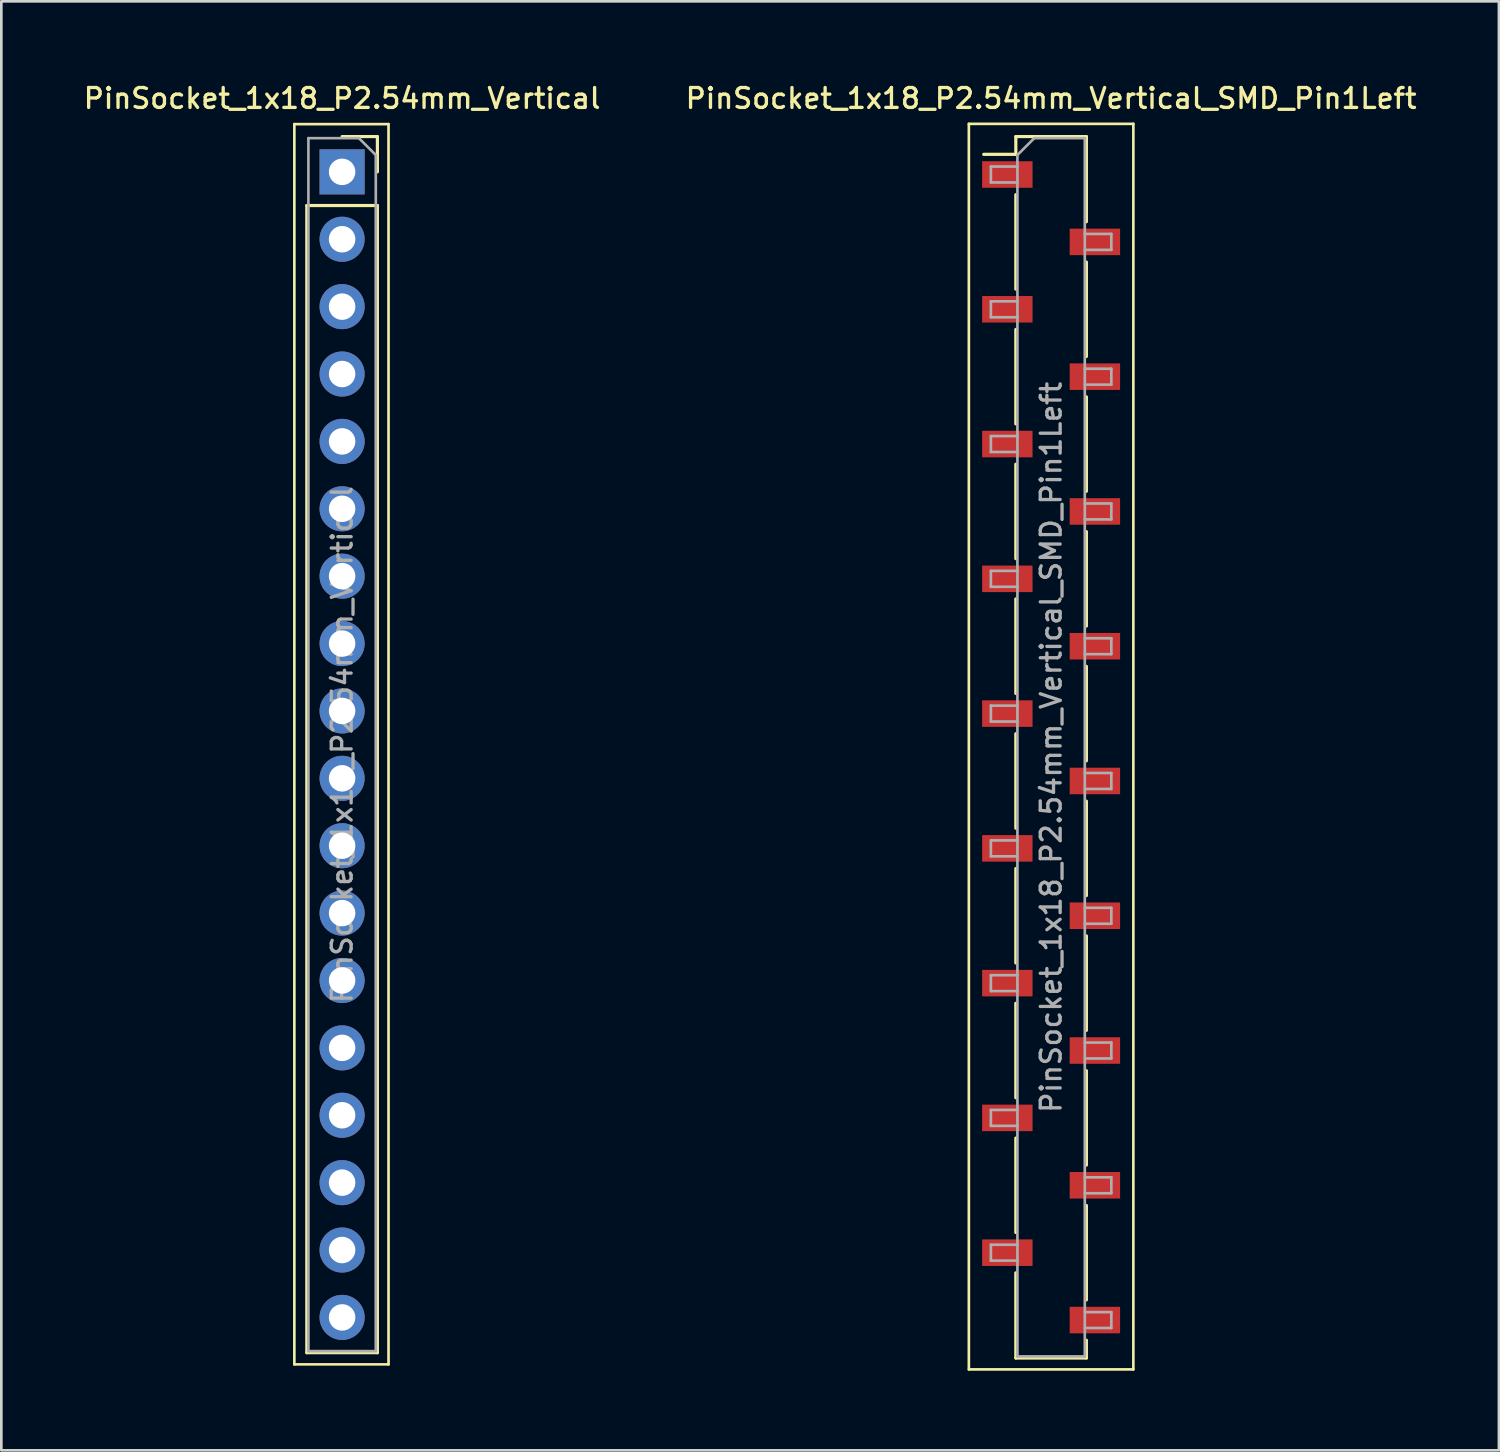
<source format=kicad_pcb>
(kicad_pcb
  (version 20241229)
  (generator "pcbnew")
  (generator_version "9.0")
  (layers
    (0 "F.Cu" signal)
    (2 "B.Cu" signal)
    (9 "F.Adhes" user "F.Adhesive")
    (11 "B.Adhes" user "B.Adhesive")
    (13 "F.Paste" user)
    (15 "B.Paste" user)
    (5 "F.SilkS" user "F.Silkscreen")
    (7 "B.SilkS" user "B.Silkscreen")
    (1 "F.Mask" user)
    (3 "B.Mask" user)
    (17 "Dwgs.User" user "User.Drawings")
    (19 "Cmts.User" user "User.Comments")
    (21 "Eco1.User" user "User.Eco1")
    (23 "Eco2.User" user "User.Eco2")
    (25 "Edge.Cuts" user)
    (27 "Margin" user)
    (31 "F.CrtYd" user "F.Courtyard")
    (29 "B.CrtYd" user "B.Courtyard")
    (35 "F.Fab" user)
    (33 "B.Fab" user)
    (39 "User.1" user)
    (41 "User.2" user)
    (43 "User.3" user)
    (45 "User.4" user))
  (footprint "PinSocket_1x18_P2.54mm_Vertical_SMD_Pin1Left"
    (layer "F.Cu")
    (at 36.57 25.118)
    (property "Reference" "PinSocket_1x18_P2.54mm_Vertical_SMD_Pin1Left" (at 0 -24.46 0) (layer "F.SilkS") (effects (font (size 0.75 0.75) (thickness 0.125))))
    (attr smd)
    (fp_line (start -3.1 -23.5) (end 3.1 -23.5) (stroke (width 0.1) (type solid)) (layer "F.SilkS"))
    (fp_line (start -3.1 23.45) (end -3.1 -23.5) (stroke (width 0.1) (type solid)) (layer "F.SilkS"))
    (fp_line (start -2.54 -22.35) (end -1.33 -22.35) (stroke (width 0.12) (type solid)) (layer "F.SilkS"))
    (fp_line (start -1.33 -23.02) (end -1.33 -22.35) (stroke (width 0.12) (type solid)) (layer "F.SilkS"))
    (fp_line (start -1.33 -23.02) (end 1.33 -23.02) (stroke (width 0.12) (type solid)) (layer "F.SilkS"))
    (fp_line (start -1.33 -20.83) (end -1.33 -17.27) (stroke (width 0.12) (type solid)) (layer "F.SilkS"))
    (fp_line (start -1.33 -15.75) (end -1.33 -12.19) (stroke (width 0.12) (type solid)) (layer "F.SilkS"))
    (fp_line (start -1.33 -10.67) (end -1.33 -7.11) (stroke (width 0.12) (type solid)) (layer "F.SilkS"))
    (fp_line (start -1.33 -5.59) (end -1.33 -2.03) (stroke (width 0.12) (type solid)) (layer "F.SilkS"))
    (fp_line (start -1.33 -0.51) (end -1.33 3.05) (stroke (width 0.12) (type solid)) (layer "F.SilkS"))
    (fp_line (start -1.33 4.57) (end -1.33 8.13) (stroke (width 0.12) (type solid)) (layer "F.SilkS"))
    (fp_line (start -1.33 9.65) (end -1.33 13.21) (stroke (width 0.12) (type solid)) (layer "F.SilkS"))
    (fp_line (start -1.33 14.73) (end -1.33 18.29) (stroke (width 0.12) (type solid)) (layer "F.SilkS"))
    (fp_line (start -1.33 19.81) (end -1.33 23.02) (stroke (width 0.12) (type solid)) (layer "F.SilkS"))
    (fp_line (start -1.33 23.02) (end 1.33 23.02) (stroke (width 0.12) (type solid)) (layer "F.SilkS"))
    (fp_line (start 1.33 -23.02) (end 1.33 -19.81) (stroke (width 0.12) (type solid)) (layer "F.SilkS"))
    (fp_line (start 1.33 -18.29) (end 1.33 -14.73) (stroke (width 0.12) (type solid)) (layer "F.SilkS"))
    (fp_line (start 1.33 -13.21) (end 1.33 -9.65) (stroke (width 0.12) (type solid)) (layer "F.SilkS"))
    (fp_line (start 1.33 -8.13) (end 1.33 -4.57) (stroke (width 0.12) (type solid)) (layer "F.SilkS"))
    (fp_line (start 1.33 -3.05) (end 1.33 0.51) (stroke (width 0.12) (type solid)) (layer "F.SilkS"))
    (fp_line (start 1.33 2.03) (end 1.33 5.59) (stroke (width 0.12) (type solid)) (layer "F.SilkS"))
    (fp_line (start 1.33 7.11) (end 1.33 10.67) (stroke (width 0.12) (type solid)) (layer "F.SilkS"))
    (fp_line (start 1.33 12.19) (end 1.33 15.75) (stroke (width 0.12) (type solid)) (layer "F.SilkS"))
    (fp_line (start 1.33 17.27) (end 1.33 20.83) (stroke (width 0.12) (type solid)) (layer "F.SilkS"))
    (fp_line (start 1.33 22.35) (end 1.33 23.02) (stroke (width 0.12) (type solid)) (layer "F.SilkS"))
    (fp_line (start 3.1 -23.5) (end 3.1 23.45) (stroke (width 0.1) (type solid)) (layer "F.SilkS"))
    (fp_line (start 3.1 23.45) (end -3.1 23.45) (stroke (width 0.1) (type solid)) (layer "F.SilkS"))
    (fp_line (start -2.27 -21.89) (end -1.27 -21.89) (stroke (width 0.1) (type solid)) (layer "F.Fab"))
    (fp_line (start -2.27 -21.29) (end -2.27 -21.89) (stroke (width 0.1) (type solid)) (layer "F.Fab"))
    (fp_line (start -2.27 -16.81) (end -1.27 -16.81) (stroke (width 0.1) (type solid)) (layer "F.Fab"))
    (fp_line (start -2.27 -16.21) (end -2.27 -16.81) (stroke (width 0.1) (type solid)) (layer "F.Fab"))
    (fp_line (start -2.27 -11.73) (end -1.27 -11.73) (stroke (width 0.1) (type solid)) (layer "F.Fab"))
    (fp_line (start -2.27 -11.13) (end -2.27 -11.73) (stroke (width 0.1) (type solid)) (layer "F.Fab"))
    (fp_line (start -2.27 -6.65) (end -1.27 -6.65) (stroke (width 0.1) (type solid)) (layer "F.Fab"))
    (fp_line (start -2.27 -6.05) (end -2.27 -6.65) (stroke (width 0.1) (type solid)) (layer "F.Fab"))
    (fp_line (start -2.27 -1.57) (end -1.27 -1.57) (stroke (width 0.1) (type solid)) (layer "F.Fab"))
    (fp_line (start -2.27 -0.97) (end -2.27 -1.57) (stroke (width 0.1) (type solid)) (layer "F.Fab"))
    (fp_line (start -2.27 3.51) (end -1.27 3.51) (stroke (width 0.1) (type solid)) (layer "F.Fab"))
    (fp_line (start -2.27 4.11) (end -2.27 3.51) (stroke (width 0.1) (type solid)) (layer "F.Fab"))
    (fp_line (start -2.27 8.59) (end -1.27 8.59) (stroke (width 0.1) (type solid)) (layer "F.Fab"))
    (fp_line (start -2.27 9.19) (end -2.27 8.59) (stroke (width 0.1) (type solid)) (layer "F.Fab"))
    (fp_line (start -2.27 13.67) (end -1.27 13.67) (stroke (width 0.1) (type solid)) (layer "F.Fab"))
    (fp_line (start -2.27 14.27) (end -2.27 13.67) (stroke (width 0.1) (type solid)) (layer "F.Fab"))
    (fp_line (start -2.27 18.75) (end -1.27 18.75) (stroke (width 0.1) (type solid)) (layer "F.Fab"))
    (fp_line (start -2.27 19.35) (end -2.27 18.75) (stroke (width 0.1) (type solid)) (layer "F.Fab"))
    (fp_line (start -1.27 -22.325) (end -0.635 -22.96) (stroke (width 0.1) (type solid)) (layer "F.Fab"))
    (fp_line (start -1.27 -21.29) (end -2.27 -21.29) (stroke (width 0.1) (type solid)) (layer "F.Fab"))
    (fp_line (start -1.27 -16.21) (end -2.27 -16.21) (stroke (width 0.1) (type solid)) (layer "F.Fab"))
    (fp_line (start -1.27 -11.13) (end -2.27 -11.13) (stroke (width 0.1) (type solid)) (layer "F.Fab"))
    (fp_line (start -1.27 -6.05) (end -2.27 -6.05) (stroke (width 0.1) (type solid)) (layer "F.Fab"))
    (fp_line (start -1.27 -0.97) (end -2.27 -0.97) (stroke (width 0.1) (type solid)) (layer "F.Fab"))
    (fp_line (start -1.27 4.11) (end -2.27 4.11) (stroke (width 0.1) (type solid)) (layer "F.Fab"))
    (fp_line (start -1.27 9.19) (end -2.27 9.19) (stroke (width 0.1) (type solid)) (layer "F.Fab"))
    (fp_line (start -1.27 14.27) (end -2.27 14.27) (stroke (width 0.1) (type solid)) (layer "F.Fab"))
    (fp_line (start -1.27 19.35) (end -2.27 19.35) (stroke (width 0.1) (type solid)) (layer "F.Fab"))
    (fp_line (start -1.27 22.96) (end -1.27 -22.325) (stroke (width 0.1) (type solid)) (layer "F.Fab"))
    (fp_line (start -0.635 -22.96) (end 1.27 -22.96) (stroke (width 0.1) (type solid)) (layer "F.Fab"))
    (fp_line (start 1.27 -22.96) (end 1.27 22.96) (stroke (width 0.1) (type solid)) (layer "F.Fab"))
    (fp_line (start 1.27 -19.35) (end 2.27 -19.35) (stroke (width 0.1) (type solid)) (layer "F.Fab"))
    (fp_line (start 1.27 -14.27) (end 2.27 -14.27) (stroke (width 0.1) (type solid)) (layer "F.Fab"))
    (fp_line (start 1.27 -9.19) (end 2.27 -9.19) (stroke (width 0.1) (type solid)) (layer "F.Fab"))
    (fp_line (start 1.27 -4.11) (end 2.27 -4.11) (stroke (width 0.1) (type solid)) (layer "F.Fab"))
    (fp_line (start 1.27 0.97) (end 2.27 0.97) (stroke (width 0.1) (type solid)) (layer "F.Fab"))
    (fp_line (start 1.27 6.05) (end 2.27 6.05) (stroke (width 0.1) (type solid)) (layer "F.Fab"))
    (fp_line (start 1.27 11.13) (end 2.27 11.13) (stroke (width 0.1) (type solid)) (layer "F.Fab"))
    (fp_line (start 1.27 16.21) (end 2.27 16.21) (stroke (width 0.1) (type solid)) (layer "F.Fab"))
    (fp_line (start 1.27 21.29) (end 2.27 21.29) (stroke (width 0.1) (type solid)) (layer "F.Fab"))
    (fp_line (start 1.27 22.96) (end -1.27 22.96) (stroke (width 0.1) (type solid)) (layer "F.Fab"))
    (fp_line (start 2.27 -19.35) (end 2.27 -18.75) (stroke (width 0.1) (type solid)) (layer "F.Fab"))
    (fp_line (start 2.27 -18.75) (end 1.27 -18.75) (stroke (width 0.1) (type solid)) (layer "F.Fab"))
    (fp_line (start 2.27 -14.27) (end 2.27 -13.67) (stroke (width 0.1) (type solid)) (layer "F.Fab"))
    (fp_line (start 2.27 -13.67) (end 1.27 -13.67) (stroke (width 0.1) (type solid)) (layer "F.Fab"))
    (fp_line (start 2.27 -9.19) (end 2.27 -8.59) (stroke (width 0.1) (type solid)) (layer "F.Fab"))
    (fp_line (start 2.27 -8.59) (end 1.27 -8.59) (stroke (width 0.1) (type solid)) (layer "F.Fab"))
    (fp_line (start 2.27 -4.11) (end 2.27 -3.51) (stroke (width 0.1) (type solid)) (layer "F.Fab"))
    (fp_line (start 2.27 -3.51) (end 1.27 -3.51) (stroke (width 0.1) (type solid)) (layer "F.Fab"))
    (fp_line (start 2.27 0.97) (end 2.27 1.57) (stroke (width 0.1) (type solid)) (layer "F.Fab"))
    (fp_line (start 2.27 1.57) (end 1.27 1.57) (stroke (width 0.1) (type solid)) (layer "F.Fab"))
    (fp_line (start 2.27 6.05) (end 2.27 6.65) (stroke (width 0.1) (type solid)) (layer "F.Fab"))
    (fp_line (start 2.27 6.65) (end 1.27 6.65) (stroke (width 0.1) (type solid)) (layer "F.Fab"))
    (fp_line (start 2.27 11.13) (end 2.27 11.73) (stroke (width 0.1) (type solid)) (layer "F.Fab"))
    (fp_line (start 2.27 11.73) (end 1.27 11.73) (stroke (width 0.1) (type solid)) (layer "F.Fab"))
    (fp_line (start 2.27 16.21) (end 2.27 16.81) (stroke (width 0.1) (type solid)) (layer "F.Fab"))
    (fp_line (start 2.27 16.81) (end 1.27 16.81) (stroke (width 0.1) (type solid)) (layer "F.Fab"))
    (fp_line (start 2.27 21.29) (end 2.27 21.89) (stroke (width 0.1) (type solid)) (layer "F.Fab"))
    (fp_line (start 2.27 21.89) (end 1.27 21.89) (stroke (width 0.1) (type solid)) (layer "F.Fab"))
    (fp_text user "${REFERENCE}" (at 0 0 90) (layer "F.Fab") (effects (font (size 0.75 0.75) (thickness 0.125))))
    (pad "1" smd rect (at -1.65 -21.59) (size 1.9 1) (layers "F.Cu" "F.Mask" "F.Paste"))
    (pad "2" smd rect (at 1.65 -19.05) (size 1.9 1) (layers "F.Cu" "F.Mask" "F.Paste"))
    (pad "3" smd rect (at -1.65 -16.51) (size 1.9 1) (layers "F.Cu" "F.Mask" "F.Paste"))
    (pad "4" smd rect (at 1.65 -13.97) (size 1.9 1) (layers "F.Cu" "F.Mask" "F.Paste"))
    (pad "5" smd rect (at -1.65 -11.43) (size 1.9 1) (layers "F.Cu" "F.Mask" "F.Paste"))
    (pad "6" smd rect (at 1.65 -8.89) (size 1.9 1) (layers "F.Cu" "F.Mask" "F.Paste"))
    (pad "7" smd rect (at -1.65 -6.35) (size 1.9 1) (layers "F.Cu" "F.Mask" "F.Paste"))
    (pad "8" smd rect (at 1.65 -3.81) (size 1.9 1) (layers "F.Cu" "F.Mask" "F.Paste"))
    (pad "9" smd rect (at -1.65 -1.27) (size 1.9 1) (layers "F.Cu" "F.Mask" "F.Paste"))
    (pad "10" smd rect (at 1.65 1.27) (size 1.9 1) (layers "F.Cu" "F.Mask" "F.Paste"))
    (pad "11" smd rect (at -1.65 3.81) (size 1.9 1) (layers "F.Cu" "F.Mask" "F.Paste"))
    (pad "12" smd rect (at 1.65 6.35) (size 1.9 1) (layers "F.Cu" "F.Mask" "F.Paste"))
    (pad "13" smd rect (at -1.65 8.89) (size 1.9 1) (layers "F.Cu" "F.Mask" "F.Paste"))
    (pad "14" smd rect (at 1.65 11.43) (size 1.9 1) (layers "F.Cu" "F.Mask" "F.Paste"))
    (pad "15" smd rect (at -1.65 13.97) (size 1.9 1) (layers "F.Cu" "F.Mask" "F.Paste"))
    (pad "16" smd rect (at 1.65 16.51) (size 1.9 1) (layers "F.Cu" "F.Mask" "F.Paste"))
    (pad "17" smd rect (at -1.65 19.05) (size 1.9 1) (layers "F.Cu" "F.Mask" "F.Paste"))
    (pad "18" smd rect (at 1.65 21.59) (size 1.9 1) (layers "F.Cu" "F.Mask" "F.Paste")))
  (footprint "PinSocket_1x18_P2.54mm_Vertical"
    (layer "F.Cu")
    (at 9.845 3.428)
    (property "Reference" "PinSocket_1x18_P2.54mm_Vertical" (at 0 -2.77 0) (layer "F.SilkS") (effects (font (size 0.75 0.75) (thickness 0.125))))
    (attr through_hole)
    (fp_line (start -1.8 -1.8) (end 1.75 -1.8) (stroke (width 0.1) (type solid)) (layer "F.SilkS"))
    (fp_line (start -1.8 44.95) (end -1.8 -1.8) (stroke (width 0.1) (type solid)) (layer "F.SilkS"))
    (fp_line (start -1.33 1.27) (end -1.33 44.51) (stroke (width 0.12) (type solid)) (layer "F.SilkS"))
    (fp_line (start -1.33 1.27) (end 1.33 1.27) (stroke (width 0.12) (type solid)) (layer "F.SilkS"))
    (fp_line (start -1.33 44.51) (end 1.33 44.51) (stroke (width 0.12) (type solid)) (layer "F.SilkS"))
    (fp_line (start 0 -1.33) (end 1.33 -1.33) (stroke (width 0.12) (type solid)) (layer "F.SilkS"))
    (fp_line (start 1.33 -1.33) (end 1.33 0) (stroke (width 0.12) (type solid)) (layer "F.SilkS"))
    (fp_line (start 1.33 1.27) (end 1.33 44.51) (stroke (width 0.12) (type solid)) (layer "F.SilkS"))
    (fp_line (start 1.75 -1.8) (end 1.75 44.95) (stroke (width 0.1) (type solid)) (layer "F.SilkS"))
    (fp_line (start 1.75 44.95) (end -1.8 44.95) (stroke (width 0.1) (type solid)) (layer "F.SilkS"))
    (fp_line (start -1.27 -1.27) (end 0.635 -1.27) (stroke (width 0.1) (type solid)) (layer "F.Fab"))
    (fp_line (start -1.27 44.45) (end -1.27 -1.27) (stroke (width 0.1) (type solid)) (layer "F.Fab"))
    (fp_line (start 0.635 -1.27) (end 1.27 -0.635) (stroke (width 0.1) (type solid)) (layer "F.Fab"))
    (fp_line (start 1.27 -0.635) (end 1.27 44.45) (stroke (width 0.1) (type solid)) (layer "F.Fab"))
    (fp_line (start 1.27 44.45) (end -1.27 44.45) (stroke (width 0.1) (type solid)) (layer "F.Fab"))
    (fp_text user "${REFERENCE}" (at 0 21.59 90) (layer "F.Fab") (effects (font (size 0.75 0.75) (thickness 0.125))))
    (pad "1" thru_hole rect (at 0 0) (size 1.7 1.7) (drill 1) (layers "*.Cu" "*.Mask"))
    (pad "2" thru_hole oval (at 0 2.54) (size 1.7 1.7) (drill 1) (layers "*.Cu" "*.Mask"))
    (pad "3" thru_hole oval (at 0 5.08) (size 1.7 1.7) (drill 1) (layers "*.Cu" "*.Mask"))
    (pad "4" thru_hole oval (at 0 7.62) (size 1.7 1.7) (drill 1) (layers "*.Cu" "*.Mask"))
    (pad "5" thru_hole oval (at 0 10.16) (size 1.7 1.7) (drill 1) (layers "*.Cu" "*.Mask"))
    (pad "6" thru_hole oval (at 0 12.7) (size 1.7 1.7) (drill 1) (layers "*.Cu" "*.Mask"))
    (pad "7" thru_hole oval (at 0 15.24) (size 1.7 1.7) (drill 1) (layers "*.Cu" "*.Mask"))
    (pad "8" thru_hole oval (at 0 17.78) (size 1.7 1.7) (drill 1) (layers "*.Cu" "*.Mask"))
    (pad "9" thru_hole oval (at 0 20.32) (size 1.7 1.7) (drill 1) (layers "*.Cu" "*.Mask"))
    (pad "10" thru_hole oval (at 0 22.86) (size 1.7 1.7) (drill 1) (layers "*.Cu" "*.Mask"))
    (pad "11" thru_hole oval (at 0 25.4) (size 1.7 1.7) (drill 1) (layers "*.Cu" "*.Mask"))
    (pad "12" thru_hole oval (at 0 27.94) (size 1.7 1.7) (drill 1) (layers "*.Cu" "*.Mask"))
    (pad "13" thru_hole oval (at 0 30.48) (size 1.7 1.7) (drill 1) (layers "*.Cu" "*.Mask"))
    (pad "14" thru_hole oval (at 0 33.02) (size 1.7 1.7) (drill 1) (layers "*.Cu" "*.Mask"))
    (pad "15" thru_hole oval (at 0 35.56) (size 1.7 1.7) (drill 1) (layers "*.Cu" "*.Mask"))
    (pad "16" thru_hole oval (at 0 38.1) (size 1.7 1.7) (drill 1) (layers "*.Cu" "*.Mask"))
    (pad "17" thru_hole oval (at 0 40.64) (size 1.7 1.7) (drill 1) (layers "*.Cu" "*.Mask"))
    (pad "18" thru_hole oval (at 0 43.18) (size 1.7 1.7) (drill 1) (layers "*.Cu" "*.Mask")))
  (gr_rect
    (start -3 -3)
    (end 53.45 51.618)
    (stroke (width 0.1) (type default))
    (fill no)
    (layer "Edge.Cuts")))
</source>
